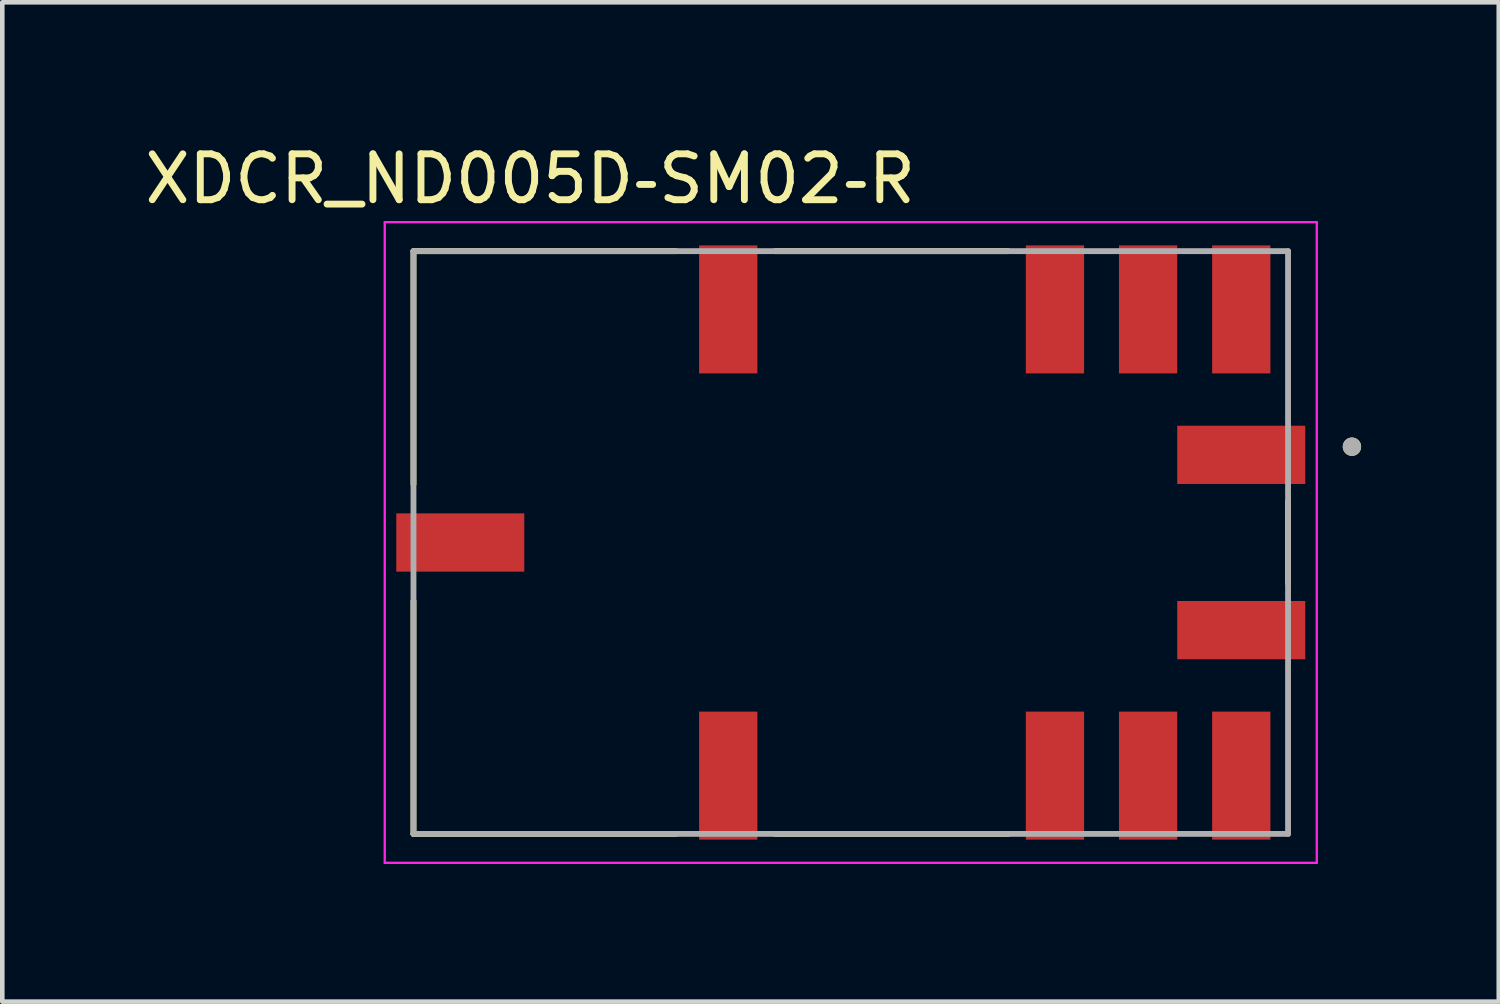
<source format=kicad_pcb>
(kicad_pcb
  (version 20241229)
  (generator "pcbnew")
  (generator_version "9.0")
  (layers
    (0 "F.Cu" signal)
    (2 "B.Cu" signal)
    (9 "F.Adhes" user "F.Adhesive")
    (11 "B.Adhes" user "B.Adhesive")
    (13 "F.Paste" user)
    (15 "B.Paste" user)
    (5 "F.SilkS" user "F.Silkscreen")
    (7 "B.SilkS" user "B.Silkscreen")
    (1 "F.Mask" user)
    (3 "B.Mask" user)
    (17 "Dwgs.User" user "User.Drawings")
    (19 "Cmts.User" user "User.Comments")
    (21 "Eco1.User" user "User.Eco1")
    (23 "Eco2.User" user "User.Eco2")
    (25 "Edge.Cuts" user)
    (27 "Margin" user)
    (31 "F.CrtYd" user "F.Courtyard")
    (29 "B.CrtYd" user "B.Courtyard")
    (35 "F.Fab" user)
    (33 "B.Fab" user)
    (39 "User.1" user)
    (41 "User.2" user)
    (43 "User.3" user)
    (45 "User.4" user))
  (footprint "XDCR_ND005D‐SM02‐R"
    (layer "F.Cu")
    (at 15.491 8.773)
    (property "Reference" "XDCR_ND005D‐SM02‐R" (at -6.985 -7.925 0) (layer "F.SilkS") (effects (font (size 1 1) (thickness 0.15))))
    (attr smd)
    (fp_line (start -9.53 -6.35) (end -9.53 -1.27) (stroke (width 0.127) (type solid)) (layer "F.SilkS"))
    (fp_line (start -9.53 -6.35) (end -3.81 -6.35) (stroke (width 0.127) (type solid)) (layer "F.SilkS"))
    (fp_line (start -9.53 6.35) (end -9.53 1.27) (stroke (width 0.127) (type solid)) (layer "F.SilkS"))
    (fp_line (start -9.53 6.35) (end -3.81 6.35) (stroke (width 0.127) (type solid)) (layer "F.SilkS"))
    (fp_line (start -1.651 -6.35) (end 3.429 -6.35) (stroke (width 0.127) (type solid)) (layer "F.SilkS"))
    (fp_line (start -1.651 6.35) (end 3.429 6.35) (stroke (width 0.127) (type solid)) (layer "F.SilkS"))
    (fp_line (start 9.53 -0.889) (end 9.53 0.889) (stroke (width 0.127) (type solid)) (layer "F.SilkS"))
    (fp_circle (center 10.922 -2.088) (end 11.022 -2.088) (stroke (width 0.2) (type solid)) (fill no) (layer "F.SilkS"))
    (fp_line (start -10.156 -6.981) (end 10.156 -6.981) (stroke (width 0.05) (type solid)) (layer "F.CrtYd"))
    (fp_line (start -10.156 6.981) (end -10.156 -6.981) (stroke (width 0.05) (type solid)) (layer "F.CrtYd"))
    (fp_line (start 10.156 -6.981) (end 10.156 6.981) (stroke (width 0.05) (type solid)) (layer "F.CrtYd"))
    (fp_line (start 10.156 6.981) (end -10.156 6.981) (stroke (width 0.05) (type solid)) (layer "F.CrtYd"))
    (fp_line (start -9.53 -6.35) (end -9.53 6.35) (stroke (width 0.127) (type solid)) (layer "F.Fab"))
    (fp_line (start -9.53 6.35) (end 9.53 6.35) (stroke (width 0.127) (type solid)) (layer "F.Fab"))
    (fp_line (start 9.53 -6.35) (end -9.53 -6.35) (stroke (width 0.127) (type solid)) (layer "F.Fab"))
    (fp_line (start 9.53 6.35) (end 9.53 -6.35) (stroke (width 0.127) (type solid)) (layer "F.Fab"))
    (fp_circle (center 10.922 -2.088) (end 11.022 -2.088) (stroke (width 0.2) (type solid)) (fill no) (layer "F.Fab"))
    (pad "1" smd rect (at 8.51 -1.91) (size 2.79 1.27) (layers "F.Cu" "F.Mask" "F.Paste"))
    (pad "2" smd rect (at 8.51 -5.08) (size 1.27 2.79) (layers "F.Cu" "F.Mask" "F.Paste"))
    (pad "3" smd rect (at 6.48 -5.08) (size 1.27 2.79) (layers "F.Cu" "F.Mask" "F.Paste"))
    (pad "4" smd rect (at 4.45 -5.08) (size 1.27 2.79) (layers "F.Cu" "F.Mask" "F.Paste"))
    (pad "5" smd rect (at -2.67 -5.08) (size 1.27 2.79) (layers "F.Cu" "F.Mask" "F.Paste"))
    (pad "6" smd rect (at -8.51 0) (size 2.79 1.27) (layers "F.Cu" "F.Mask" "F.Paste"))
    (pad "7" smd rect (at -2.67 5.08) (size 1.27 2.79) (layers "F.Cu" "F.Mask" "F.Paste"))
    (pad "8" smd rect (at 4.45 5.08) (size 1.27 2.79) (layers "F.Cu" "F.Mask" "F.Paste"))
    (pad "9" smd rect (at 6.48 5.08) (size 1.27 2.79) (layers "F.Cu" "F.Mask" "F.Paste"))
    (pad "10" smd rect (at 8.51 5.08) (size 1.27 2.79) (layers "F.Cu" "F.Mask" "F.Paste"))
    (pad "11" smd rect (at 8.51 1.91) (size 2.79 1.27) (layers "F.Cu" "F.Mask" "F.Paste")))
  (gr_rect
    (start -3 -3)
    (end 29.613 18.779)
    (stroke (width 0.1) (type default))
    (fill no)
    (layer "Edge.Cuts")))
</source>
